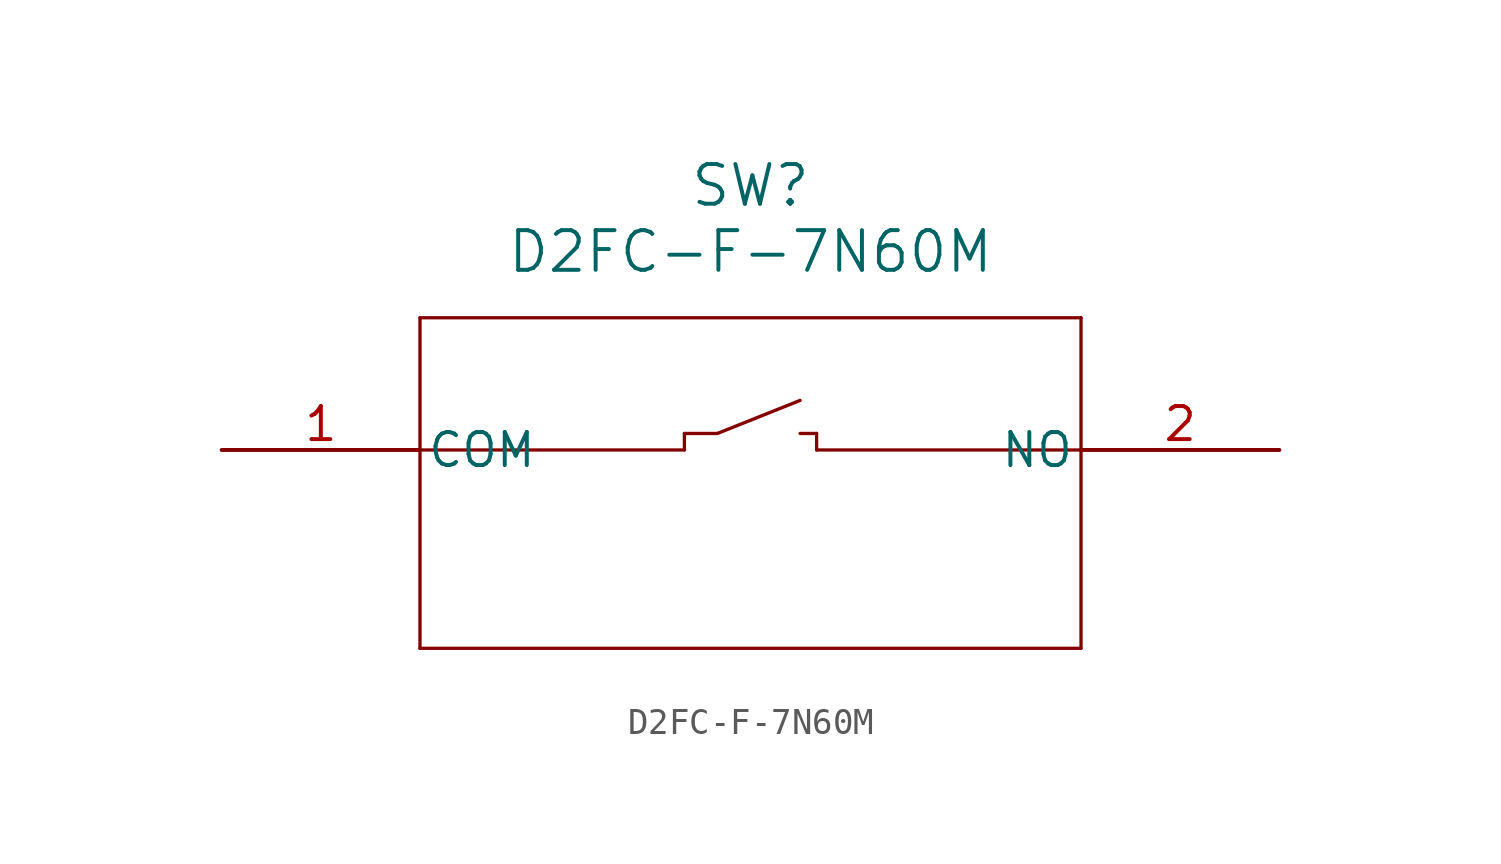
<source format=kicad_sym>
(kicad_symbol_lib
  (version 20211014)
  (generator kicad_symbol_editor)
  (symbol "D2FC-F-7N60M"
    (pin_names
      (offset 0.254))
    (property "Reference" "SW"
      (at 20.32 10.16 0)
      (effects (font (size 1.524 1.524))))
    (property "Value" "D2FC-F-7N60M"
      (at 20.32 7.62 0)
      (effects (font (size 1.524 1.524))))
    (symbol "D2FC-F-7N60M_0_1"
      (polyline (pts (xy 7.62 5.08) (xy 7.62 -7.62)) (stroke (width 0.127) (type default) (color 0 0 0 0)) (fill (type none)))
      (polyline (pts (xy 7.62 -7.62) (xy 33.02 -7.62)) (stroke (width 0.127) (type default) (color 0 0 0 0)) (fill (type none)))
      (polyline (pts (xy 33.02 -7.62) (xy 33.02 5.08)) (stroke (width 0.127) (type default) (color 0 0 0 0)) (fill (type none)))
      (polyline (pts (xy 33.02 5.08) (xy 7.62 5.08)) (stroke (width 0.127) (type default) (color 0 0 0 0)) (fill (type none)))
      (polyline (pts (xy 7.62 0) (xy 17.78 0)) (stroke (width 0.127) (type default) (color 0 0 0 0)) (fill (type none)))
      (polyline (pts (xy 22.86 0) (xy 33.02 0)) (stroke (width 0.127) (type default) (color 0 0 0 0)) (fill (type none)))
      (polyline (pts (xy 19.05 0.635) (xy 22.225 1.905)) (stroke (width 0.127) (type default) (color 0 0 0 0)) (fill (type none)))
      (polyline (pts (xy 22.86 0) (xy 22.86 0.635)) (stroke (width 0.127) (type default) (color 0 0 0 0)) (fill (type none)))
      (polyline (pts (xy 22.86 0.635) (xy 22.225 0.635)) (stroke (width 0.127) (type default) (color 0 0 0 0)) (fill (type none)))
      (polyline (pts (xy 17.78 0) (xy 17.78 0.635)) (stroke (width 0.127) (type default) (color 0 0 0 0)) (fill (type none)))
      (polyline (pts (xy 17.78 0.635) (xy 19.05 0.635)) (stroke (width 0.127) (type default) (color 0 0 0 0)) (fill (type none)))
      (pin unspecified line (at 0 0 0) (length 7.62) (name "COM" (effects (font (size 1.27 1.27)))) (number "1" (effects (font (size 1.27 1.27)))))
      (pin unspecified line (at 40.64 0 180) (length 7.62) (name "NO" (effects (font (size 1.27 1.27)))) (number "2" (effects (font (size 1.27 1.27))))))))
</source>
